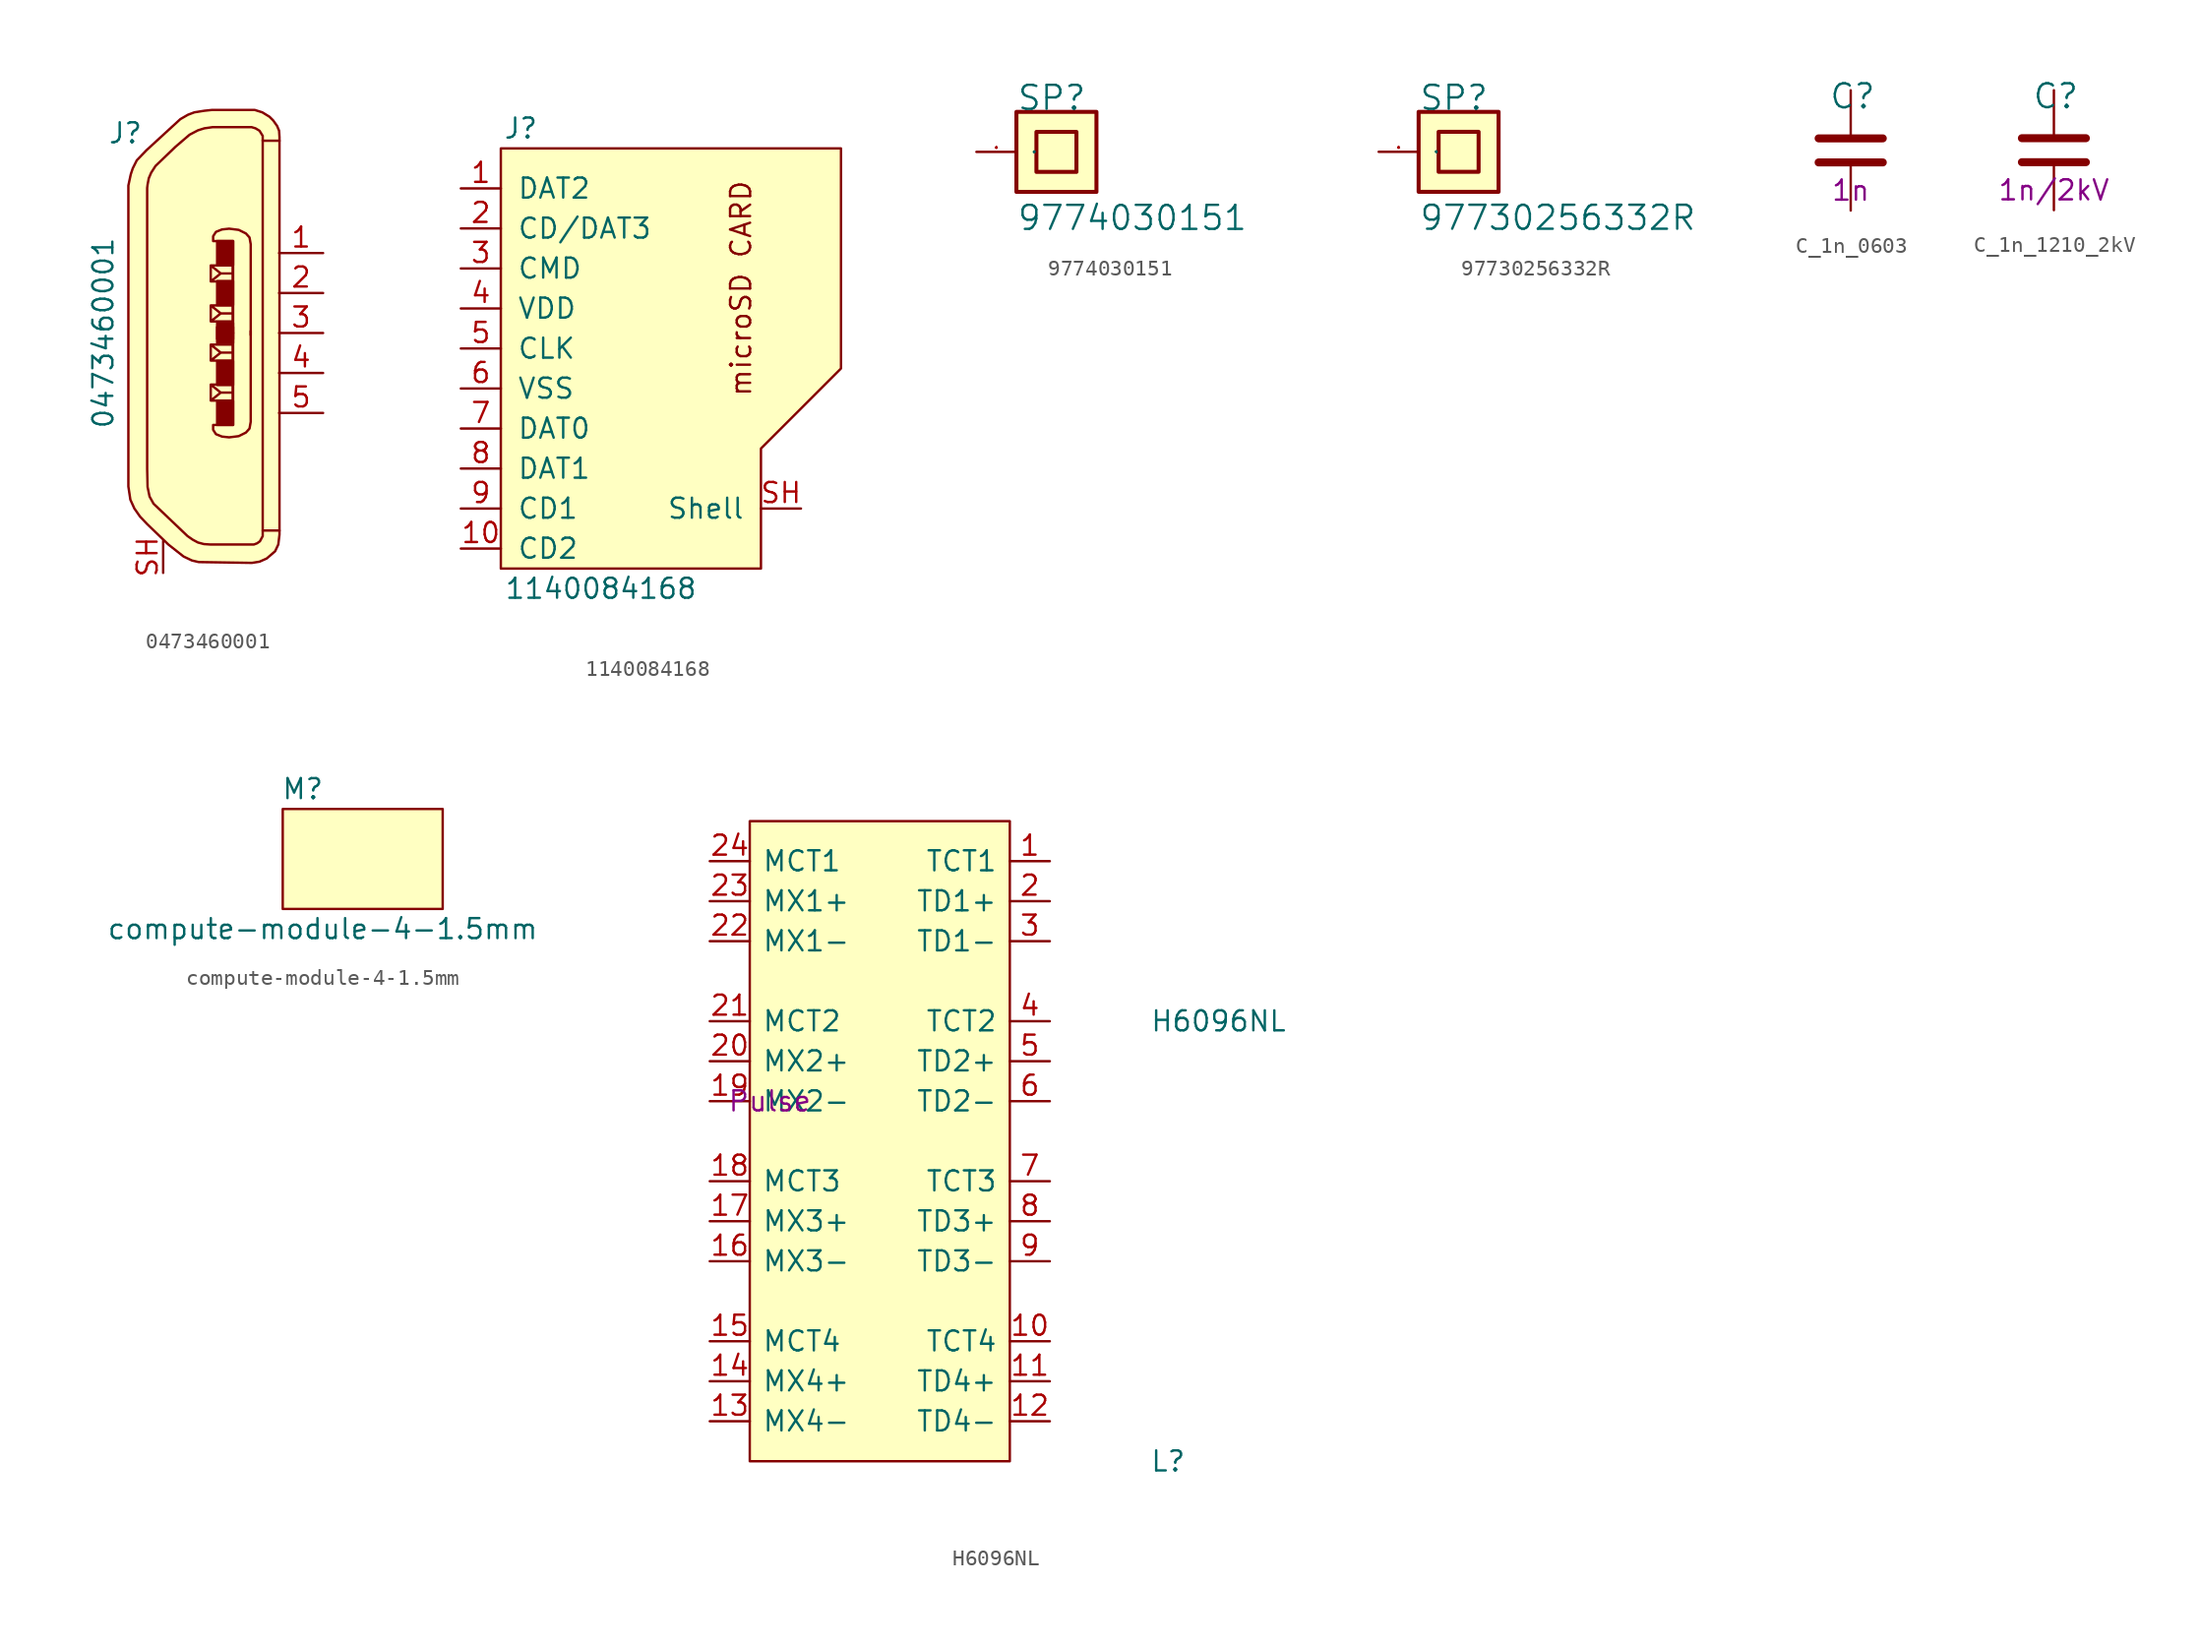
<source format=kicad_sym>
(kicad_symbol_lib
  (version 20211014)
  (generator kicad_symbol_editor)
  (symbol "0473460001"
    (pin_names
      (offset 1.016))
    (property "Reference" "J"
      (at -3.81 12.7 0)
      (effects (font (size 1.27 1.27)) (justify right)))
    (property "Value" "0473460001"
      (at -6.35 0 90)
      (effects (font (size 1.27 1.27))))
    (symbol "0473460001_1_1"
      (polyline (pts (xy 3.785 12.243) (xy 3.785 -12.548)) (stroke (width 0) (type default) (color 0 0 0 0)) (fill (type none)))
      (polyline (pts (xy 0.483 -4.293) (xy 0.483 -3.277) (xy 1.88 -3.277) (xy 1.88 -4.293) (xy 0.483 -4.293) (xy 1.118 -3.785) (xy 0.483 -3.277) (xy 1.88 -3.277) (xy 1.88 -3.785) (xy 1.118 -3.785)) (stroke (width 0) (type default) (color 0 0 0 0)) (fill (type none)))
      (polyline (pts (xy 0.483 -1.753) (xy 0.483 -0.737) (xy 1.88 -0.737) (xy 1.88 -1.753) (xy 0.483 -1.753) (xy 1.118 -1.245) (xy 0.483 -0.737) (xy 1.88 -0.737) (xy 1.88 -1.245) (xy 1.118 -1.245)) (stroke (width 0) (type default) (color 0 0 0 0)) (fill (type none)))
      (polyline (pts (xy 0.483 1.753) (xy 0.483 0.737) (xy 1.88 0.737) (xy 1.88 1.753) (xy 0.483 1.753) (xy 1.118 1.245) (xy 0.483 0.737) (xy 1.88 0.737) (xy 1.88 1.245) (xy 1.118 1.245)) (stroke (width 0) (type default) (color 0 0 0 0)) (fill (type none)))
      (polyline (pts (xy 0.483 4.293) (xy 0.483 3.277) (xy 1.88 3.277) (xy 1.88 4.293) (xy 0.483 4.293) (xy 1.118 3.785) (xy 0.483 3.277) (xy 1.88 3.277) (xy 1.88 3.785) (xy 1.118 3.785)) (stroke (width 0) (type default) (color 0 0 0 0)) (fill (type none)))
      (polyline (pts (xy 1.905 -0.025) (xy 1.905 5.842) (xy 0.635 5.842) (xy 0.635 6.147) (xy 0.813 6.426) (xy 1.194 6.579) (xy 1.651 6.629) (xy 2.261 6.553) (xy 2.718 6.325) (xy 2.946 6.071) (xy 3.023 5.639) (xy 3.023 4.801) (xy 3.023 -0.127)) (stroke (width 0) (type default) (color 0 0 0 0)) (fill (type none)))
      (polyline (pts (xy 1.905 0.025) (xy 1.905 -5.842) (xy 0.635 -5.842) (xy 0.635 -6.147) (xy 0.813 -6.426) (xy 1.194 -6.579) (xy 1.651 -6.629) (xy 2.261 -6.553) (xy 2.718 -6.325) (xy 2.946 -6.071) (xy 3.023 -5.639) (xy 3.023 -4.801) (xy 3.023 0.127)) (stroke (width 0) (type default) (color 0 0 0 0)) (fill (type none)))
      (polyline (pts (xy 4.851 -12.548) (xy 3.835 -12.548) (xy 3.785 -12.548) (xy 3.785 -12.903) (xy 3.607 -13.233) (xy 3.429 -13.36) (xy 3.226 -13.437) (xy 0.457 -13.437) (xy 0.051 -13.411) (xy -0.33 -13.31) (xy -0.66 -13.132) (xy -0.991 -12.903) (xy -3.15 -10.846) (xy -3.404 -10.389) (xy -3.531 -9.779) (xy -3.556 -8.636) (xy -3.556 9.22) (xy -3.531 9.423) (xy -3.454 9.83) (xy -3.302 10.185) (xy -3.023 10.617) (xy -1.753 11.836) (xy -0.864 12.598) (xy -0.33 12.878) (xy 0.076 13.005) (xy 0.61 13.081) (xy 3.073 13.081) (xy 3.327 13.005) (xy 3.581 12.852) (xy 3.785 12.522) (xy 3.785 12.217) (xy 4.851 12.217)) (stroke (width 0) (type default) (color 0 0 0 0)) (fill (type none)))
      (polyline (pts (xy 4.851 -11.481) (xy 4.851 -12.802) (xy 4.775 -13.437) (xy 4.572 -13.868) (xy 4.039 -14.326) (xy 3.581 -14.529) (xy 3.099 -14.605) (xy -0.279 -14.554) (xy -0.711 -14.453) (xy -1.245 -14.199) (xy -2.21 -13.437) (xy -3.556 -12.141) (xy -4.013 -11.659) (xy -4.369 -11.151) (xy -4.623 -10.592) (xy -4.75 -9.754) (xy -4.75 9.373) (xy -4.597 10.084) (xy -4.47 10.465) (xy -4.216 10.973) (xy -3.607 11.608) (xy -1.448 13.589) (xy -0.965 13.868) (xy -0.559 14.021) (xy 0.076 14.122) (xy 0.559 14.173) (xy 3.277 14.173) (xy 3.759 14.021) (xy 4.216 13.741) (xy 4.445 13.513) (xy 4.699 13.157) (xy 4.826 12.852) (xy 4.851 12.446) (xy 4.851 -11.506)) (stroke (width 0) (type default) (color 0 0 0 0)) (fill (type background)))
      (rectangle (start 0.889 -4.318) (end 1.905 -5.842) (stroke (width 0) (type default) (color 0 0 0 0)) (fill (type outline)))
      (rectangle (start 0.889 -3.302) (end 1.905 -1.778) (stroke (width 0) (type default) (color 0 0 0 0)) (fill (type outline)))
      (rectangle (start 0.889 -0.635) (end 1.905 0.381) (stroke (width 0) (type default) (color 0 0 0 0)) (fill (type outline)))
      (rectangle (start 0.889 0.635) (end 1.905 -0.381) (stroke (width 0) (type default) (color 0 0 0 0)) (fill (type outline)))
      (rectangle (start 0.889 3.302) (end 1.905 1.778) (stroke (width 0) (type default) (color 0 0 0 0)) (fill (type outline)))
      (rectangle (start 0.889 4.318) (end 1.905 5.842) (stroke (width 0) (type default) (color 0 0 0 0)) (fill (type outline)))
      (pin passive line (at 7.62 5.08 180) (length 2.794) (name "~" (effects (font (size 1.27 1.27)))) (number "1" (effects (font (size 1.27 1.27)))))
      (pin passive line (at 7.62 2.54 180) (length 2.794) (name "~" (effects (font (size 1.27 1.27)))) (number "2" (effects (font (size 1.27 1.27)))))
      (pin passive line (at 7.62 0 180) (length 2.794) (name "~" (effects (font (size 1.27 1.27)))) (number "3" (effects (font (size 1.27 1.27)))))
      (pin passive line (at 7.62 -2.54 180) (length 2.794) (name "~" (effects (font (size 1.27 1.27)))) (number "4" (effects (font (size 1.27 1.27)))))
      (pin passive line (at 7.62 -5.08 180) (length 2.794) (name "~" (effects (font (size 1.27 1.27)))) (number "5" (effects (font (size 1.27 1.27)))))
      (pin passive line (at -2.54 -15.24 90) (length 2.032) (name "~" (effects (font (size 1.27 1.27)))) (number "SH" (effects (font (size 1.27 1.27)))))))
  (symbol "1140084168"
    (pin_names
      (offset 1.016))
    (property "Reference" "J"
      (at -8.89 15.24 0)
      (effects (font (size 1.27 1.27))))
    (property "Value" "1140084168"
      (at -3.81 -13.97 0)
      (effects (font (size 1.27 1.27))))
    (symbol "1140084168_0_1"
      (polyline (pts (xy -10.16 13.97) (xy -10.16 -12.7) (xy -2.54 -12.7) (xy 1.27 -12.7) (xy 6.35 -12.7) (xy 6.35 -5.08) (xy 11.43 0) (xy 11.43 13.97) (xy -10.16 13.97)) (stroke (width 0) (type default) (color 0 0 0 0)) (fill (type background))))
    (symbol "1140084168_1_0"
      (text "microSD CARD" (at 5.08 5.08 900) (effects (font (size 1.27 1.27)))))
    (symbol "1140084168_1_1"
      (pin bidirectional line (at -12.7 11.43 0) (length 2.54) (name "DAT2" (effects (font (size 1.27 1.27)))) (number "1" (effects (font (size 1.27 1.27)))))
      (pin passive line (at -12.7 -11.43 0) (length 2.54) (name "CD2" (effects (font (size 1.27 1.27)))) (number "10" (effects (font (size 1.27 1.27)))))
      (pin bidirectional line (at -12.7 8.89 0) (length 2.54) (name "CD/DAT3" (effects (font (size 1.27 1.27)))) (number "2" (effects (font (size 1.27 1.27)))))
      (pin bidirectional line (at -12.7 6.35 0) (length 2.54) (name "CMD" (effects (font (size 1.27 1.27)))) (number "3" (effects (font (size 1.27 1.27)))))
      (pin power_in line (at -12.7 3.81 0) (length 2.54) (name "VDD" (effects (font (size 1.27 1.27)))) (number "4" (effects (font (size 1.27 1.27)))))
      (pin output line (at -12.7 1.27 0) (length 2.54) (name "CLK" (effects (font (size 1.27 1.27)))) (number "5" (effects (font (size 1.27 1.27)))))
      (pin power_in line (at -12.7 -1.27 0) (length 2.54) (name "VSS" (effects (font (size 1.27 1.27)))) (number "6" (effects (font (size 1.27 1.27)))))
      (pin bidirectional line (at -12.7 -3.81 0) (length 2.54) (name "DAT0" (effects (font (size 1.27 1.27)))) (number "7" (effects (font (size 1.27 1.27)))))
      (pin bidirectional line (at -12.7 -6.35 0) (length 2.54) (name "DAT1" (effects (font (size 1.27 1.27)))) (number "8" (effects (font (size 1.27 1.27)))))
      (pin passive line (at -12.7 -8.89 0) (length 2.54) (name "CD1" (effects (font (size 1.27 1.27)))) (number "9" (effects (font (size 1.27 1.27)))))
      (pin passive line (at 8.89 -8.89 180) (length 2.54) (name "Shell" (effects (font (size 1.27 1.27)))) (number "SH" (effects (font (size 1.27 1.27)))))))
  (symbol "9774030151"
    (pin_names
      (offset 1.016))
    (property "Reference" "SP"
      (at -2.54 2.54 0)
      (effects (font (size 1.524 1.524)) (justify left bottom)))
    (property "Value" "9774030151"
      (at -2.54 -5.08 0)
      (effects (font (size 1.524 1.524)) (justify left bottom)))
    (symbol "9774030151_0_1"
      (rectangle (start -2.54 -2.54) (end 2.54 2.54) (stroke (width 0.254) (type default) (color 0 0 0 0)) (fill (type background)))
      (rectangle (start -1.27 -1.27) (end 1.27 1.27) (stroke (width 0.254) (type default) (color 0 0 0 0)) (fill (type background)))
      (pin passive line (at -5.08 0 0) (length 2.54) (name "1" (effects (font (size 0.025 0.025)))) (number "1" (effects (font (size 0.025 0.025)))))))
  (symbol "97730256332R"
    (pin_names
      (offset 1.016))
    (property "Reference" "SP"
      (at -2.54 2.54 0)
      (effects (font (size 1.524 1.524)) (justify left bottom)))
    (property "Value" "97730256332R"
      (at -2.54 -5.08 0)
      (effects (font (size 1.524 1.524)) (justify left bottom)))
    (symbol "97730256332R_0_1"
      (rectangle (start -2.54 -2.54) (end 2.54 2.54) (stroke (width 0.254) (type default) (color 0 0 0 0)) (fill (type background)))
      (rectangle (start -1.27 -1.27) (end 1.27 1.27) (stroke (width 0.254) (type default) (color 0 0 0 0)) (fill (type background)))
      (pin passive line (at -5.08 0 0) (length 2.54) (name "1" (effects (font (size 0.025 0.025)))) (number "1" (effects (font (size 0.025 0.025)))))))
  (symbol "C_1n_0603"
    (pin_names
      (offset 0))
    (property "Reference" "C"
      (at -1.397 3.429 0)
      (effects (font (size 1.524 1.524)) (justify left)))
    (property "Val" "1n"
      (at 0 -2.54 0)
      (effects (font (size 1.27 1.27))))
    (symbol "C_1n_0603_1_1"
      (polyline (pts (xy -2.032 -0.762) (xy 2.032 -0.762)) (stroke (width 0.508) (type default) (color 0 0 0 0)) (fill (type none)))
      (polyline (pts (xy -2.032 0.762) (xy 2.032 0.762)) (stroke (width 0.508) (type default) (color 0 0 0 0)) (fill (type none)))
      (pin passive line (at 0 3.81 270) (length 2.794) (name "~" (effects (font (size 0 0)))) (number "1" (effects (font (size 0 0)))))
      (pin passive line (at 0 -3.81 90) (length 2.794) (name "~" (effects (font (size 0 0)))) (number "2" (effects (font (size 0 0)))))))
  (symbol "C_1n_1210_2kV"
    (pin_names
      (offset 0))
    (property "Reference" "C"
      (at -1.397 3.429 0)
      (effects (font (size 1.524 1.524)) (justify left)))
    (property "Val" "1n/2kV"
      (at 0 -2.54 0)
      (effects (font (size 1.27 1.27))))
    (symbol "C_1n_1210_2kV_1_1"
      (polyline (pts (xy -2.032 -0.762) (xy 2.032 -0.762)) (stroke (width 0.508) (type default) (color 0 0 0 0)) (fill (type none)))
      (polyline (pts (xy -2.032 0.762) (xy 2.032 0.762)) (stroke (width 0.508) (type default) (color 0 0 0 0)) (fill (type none)))
      (pin passive line (at 0 3.81 270) (length 2.794) (name "~" (effects (font (size 0 0)))) (number "1" (effects (font (size 0 0)))))
      (pin passive line (at 0 -3.81 90) (length 2.794) (name "~" (effects (font (size 0 0)))) (number "2" (effects (font (size 0 0)))))))
  (symbol "compute-module-4-1.5mm"
    (pin_names
      (offset 1.016))
    (property "Reference" "M"
      (at 1.27 7.62 0)
      (effects (font (size 1.27 1.27))))
    (property "Value" "compute-module-4-1.5mm"
      (at 2.54 -1.27 0)
      (effects (font (size 1.27 1.27))))
    (symbol "compute-module-4-1.5mm_0_1"
      (rectangle (start 10.16 0) (end 0 6.35) (stroke (width 0) (type default) (color 0 0 0 0)) (fill (type background)))))
  (symbol "H6096NL"
    (pin_names
      (offset 0.762))
    (property "Reference" "L"
      (at 24.13 -22.86 0)
      (effects (font (size 1.27 1.27)) (justify left)))
    (property "Value" "H6096NL"
      (at 24.13 5.08 0)
      (effects (font (size 1.27 1.27)) (justify left)))
    (property "Manufacturer" "Pulse"
      (at 0 0 0)
      (effects (font (size 1.27 1.27))))
    (symbol "H6096NL_1_1"
      (rectangle (start -1.27 17.78) (end 15.24 -22.86) (stroke (width 0) (type default) (color 0 0 0 0)) (fill (type background)))
      (pin passive line (at 17.78 15.24 180) (length 2.54) (name "TCT1" (effects (font (size 1.27 1.27)))) (number "1" (effects (font (size 1.27 1.27)))))
      (pin passive line (at 17.78 -15.24 180) (length 2.54) (name "TCT4" (effects (font (size 1.27 1.27)))) (number "10" (effects (font (size 1.27 1.27)))))
      (pin passive line (at 17.78 -17.78 180) (length 2.54) (name "TD4+" (effects (font (size 1.27 1.27)))) (number "11" (effects (font (size 1.27 1.27)))))
      (pin passive line (at 17.78 -20.32 180) (length 2.54) (name "TD4-" (effects (font (size 1.27 1.27)))) (number "12" (effects (font (size 1.27 1.27)))))
      (pin passive line (at -3.81 -20.32 0) (length 2.54) (name "MX4-" (effects (font (size 1.27 1.27)))) (number "13" (effects (font (size 1.27 1.27)))))
      (pin passive line (at -3.81 -17.78 0) (length 2.54) (name "MX4+" (effects (font (size 1.27 1.27)))) (number "14" (effects (font (size 1.27 1.27)))))
      (pin passive line (at -3.81 -15.24 0) (length 2.54) (name "MCT4" (effects (font (size 1.27 1.27)))) (number "15" (effects (font (size 1.27 1.27)))))
      (pin passive line (at -3.81 -10.16 0) (length 2.54) (name "MX3-" (effects (font (size 1.27 1.27)))) (number "16" (effects (font (size 1.27 1.27)))))
      (pin passive line (at -3.81 -7.62 0) (length 2.54) (name "MX3+" (effects (font (size 1.27 1.27)))) (number "17" (effects (font (size 1.27 1.27)))))
      (pin passive line (at -3.81 -5.08 0) (length 2.54) (name "MCT3" (effects (font (size 1.27 1.27)))) (number "18" (effects (font (size 1.27 1.27)))))
      (pin passive line (at -3.81 0 0) (length 2.54) (name "MX2-" (effects (font (size 1.27 1.27)))) (number "19" (effects (font (size 1.27 1.27)))))
      (pin passive line (at 17.78 12.7 180) (length 2.54) (name "TD1+" (effects (font (size 1.27 1.27)))) (number "2" (effects (font (size 1.27 1.27)))))
      (pin passive line (at -3.81 2.54 0) (length 2.54) (name "MX2+" (effects (font (size 1.27 1.27)))) (number "20" (effects (font (size 1.27 1.27)))))
      (pin passive line (at -3.81 5.08 0) (length 2.54) (name "MCT2" (effects (font (size 1.27 1.27)))) (number "21" (effects (font (size 1.27 1.27)))))
      (pin passive line (at -3.81 10.16 0) (length 2.54) (name "MX1-" (effects (font (size 1.27 1.27)))) (number "22" (effects (font (size 1.27 1.27)))))
      (pin passive line (at -3.81 12.7 0) (length 2.54) (name "MX1+" (effects (font (size 1.27 1.27)))) (number "23" (effects (font (size 1.27 1.27)))))
      (pin passive line (at -3.81 15.24 0) (length 2.54) (name "MCT1" (effects (font (size 1.27 1.27)))) (number "24" (effects (font (size 1.27 1.27)))))
      (pin passive line (at 17.78 10.16 180) (length 2.54) (name "TD1-" (effects (font (size 1.27 1.27)))) (number "3" (effects (font (size 1.27 1.27)))))
      (pin passive line (at 17.78 5.08 180) (length 2.54) (name "TCT2" (effects (font (size 1.27 1.27)))) (number "4" (effects (font (size 1.27 1.27)))))
      (pin passive line (at 17.78 2.54 180) (length 2.54) (name "TD2+" (effects (font (size 1.27 1.27)))) (number "5" (effects (font (size 1.27 1.27)))))
      (pin passive line (at 17.78 0 180) (length 2.54) (name "TD2-" (effects (font (size 1.27 1.27)))) (number "6" (effects (font (size 1.27 1.27)))))
      (pin passive line (at 17.78 -5.08 180) (length 2.54) (name "TCT3" (effects (font (size 1.27 1.27)))) (number "7" (effects (font (size 1.27 1.27)))))
      (pin passive line (at 17.78 -7.62 180) (length 2.54) (name "TD3+" (effects (font (size 1.27 1.27)))) (number "8" (effects (font (size 1.27 1.27)))))
      (pin passive line (at 17.78 -10.16 180) (length 2.54) (name "TD3-" (effects (font (size 1.27 1.27)))) (number "9" (effects (font (size 1.27 1.27))))))))
</source>
